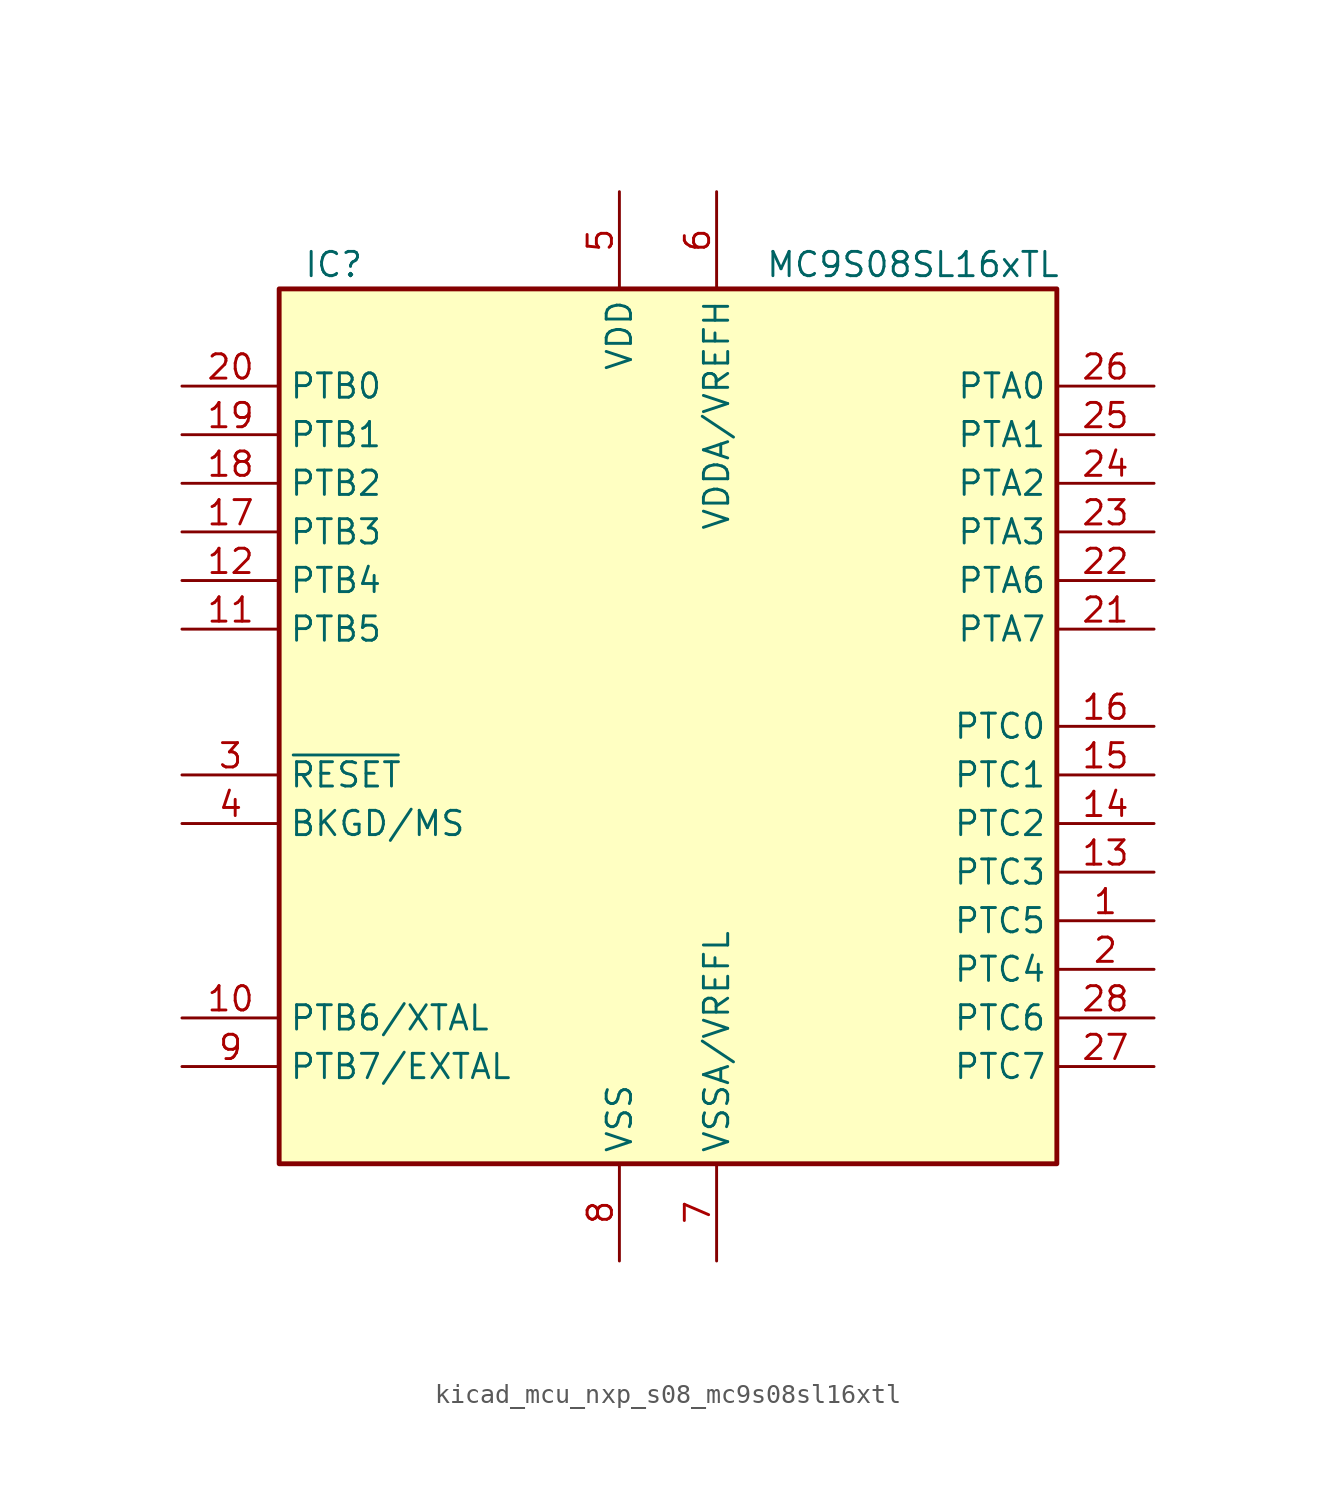
<source format=kicad_sym>
(kicad_symbol_lib
  (version 20220914)
  (generator kicad_symbol_editor)
  (symbol "kicad_mcu_nxp_s08_mc9s08sl16xtl"
    (property "Reference" "IC"
      (at -19.05 24.13 0)
      (effects (font (size 1.27 1.27)) (justify left)))
    (property "Value" "MC9S08SL16xTL"
      (at 5.08 24.13 0)
      (effects (font (size 1.27 1.27)) (justify left)))
    (symbol "kicad_mcu_nxp_s08_mc9s08sl16xtl_0_1"
      (rectangle (start -20.32 22.86) (end 20.32 -22.86) (stroke (width 0.254) (type default)) (fill (type background))))
    (symbol "kicad_mcu_nxp_s08_mc9s08sl16xtl_1_1"
      (pin bidirectional line (at 25.4 -10.16 180) (length 5.08) (name "PTC5" (effects (font (size 1.27 1.27)))) (number "1" (effects (font (size 1.27 1.27)))))
      (pin bidirectional line (at -25.4 -15.24 0) (length 5.08) (name "PTB6/XTAL" (effects (font (size 1.27 1.27)))) (number "10" (effects (font (size 1.27 1.27)))))
      (pin bidirectional line (at -25.4 5.08 0) (length 5.08) (name "PTB5" (effects (font (size 1.27 1.27)))) (number "11" (effects (font (size 1.27 1.27)))))
      (pin bidirectional line (at -25.4 7.62 0) (length 5.08) (name "PTB4" (effects (font (size 1.27 1.27)))) (number "12" (effects (font (size 1.27 1.27)))))
      (pin bidirectional line (at 25.4 -7.62 180) (length 5.08) (name "PTC3" (effects (font (size 1.27 1.27)))) (number "13" (effects (font (size 1.27 1.27)))))
      (pin bidirectional line (at 25.4 -5.08 180) (length 5.08) (name "PTC2" (effects (font (size 1.27 1.27)))) (number "14" (effects (font (size 1.27 1.27)))))
      (pin bidirectional line (at 25.4 -2.54 180) (length 5.08) (name "PTC1" (effects (font (size 1.27 1.27)))) (number "15" (effects (font (size 1.27 1.27)))))
      (pin bidirectional line (at 25.4 0 180) (length 5.08) (name "PTC0" (effects (font (size 1.27 1.27)))) (number "16" (effects (font (size 1.27 1.27)))))
      (pin bidirectional line (at -25.4 10.16 0) (length 5.08) (name "PTB3" (effects (font (size 1.27 1.27)))) (number "17" (effects (font (size 1.27 1.27)))))
      (pin bidirectional line (at -25.4 12.7 0) (length 5.08) (name "PTB2" (effects (font (size 1.27 1.27)))) (number "18" (effects (font (size 1.27 1.27)))))
      (pin bidirectional line (at -25.4 15.24 0) (length 5.08) (name "PTB1" (effects (font (size 1.27 1.27)))) (number "19" (effects (font (size 1.27 1.27)))))
      (pin bidirectional line (at 25.4 -12.7 180) (length 5.08) (name "PTC4" (effects (font (size 1.27 1.27)))) (number "2" (effects (font (size 1.27 1.27)))))
      (pin bidirectional line (at -25.4 17.78 0) (length 5.08) (name "PTB0" (effects (font (size 1.27 1.27)))) (number "20" (effects (font (size 1.27 1.27)))))
      (pin bidirectional line (at 25.4 5.08 180) (length 5.08) (name "PTA7" (effects (font (size 1.27 1.27)))) (number "21" (effects (font (size 1.27 1.27)))))
      (pin bidirectional line (at 25.4 7.62 180) (length 5.08) (name "PTA6" (effects (font (size 1.27 1.27)))) (number "22" (effects (font (size 1.27 1.27)))))
      (pin bidirectional line (at 25.4 10.16 180) (length 5.08) (name "PTA3" (effects (font (size 1.27 1.27)))) (number "23" (effects (font (size 1.27 1.27)))))
      (pin bidirectional line (at 25.4 12.7 180) (length 5.08) (name "PTA2" (effects (font (size 1.27 1.27)))) (number "24" (effects (font (size 1.27 1.27)))))
      (pin bidirectional line (at 25.4 15.24 180) (length 5.08) (name "PTA1" (effects (font (size 1.27 1.27)))) (number "25" (effects (font (size 1.27 1.27)))))
      (pin bidirectional line (at 25.4 17.78 180) (length 5.08) (name "PTA0" (effects (font (size 1.27 1.27)))) (number "26" (effects (font (size 1.27 1.27)))))
      (pin bidirectional line (at 25.4 -17.78 180) (length 5.08) (name "PTC7" (effects (font (size 1.27 1.27)))) (number "27" (effects (font (size 1.27 1.27)))))
      (pin bidirectional line (at 25.4 -15.24 180) (length 5.08) (name "PTC6" (effects (font (size 1.27 1.27)))) (number "28" (effects (font (size 1.27 1.27)))))
      (pin input line (at -25.4 -2.54 0) (length 5.08) (name "~{RESET}" (effects (font (size 1.27 1.27)))) (number "3" (effects (font (size 1.27 1.27)))))
      (pin bidirectional line (at -25.4 -5.08 0) (length 5.08) (name "BKGD/MS" (effects (font (size 1.27 1.27)))) (number "4" (effects (font (size 1.27 1.27)))))
      (pin power_in line (at -2.54 27.94 270) (length 5.08) (name "VDD" (effects (font (size 1.27 1.27)))) (number "5" (effects (font (size 1.27 1.27)))))
      (pin power_in line (at 2.54 27.94 270) (length 5.08) (name "VDDA/VREFH" (effects (font (size 1.27 1.27)))) (number "6" (effects (font (size 1.27 1.27)))))
      (pin power_in line (at 2.54 -27.94 90) (length 5.08) (name "VSSA/VREFL" (effects (font (size 1.27 1.27)))) (number "7" (effects (font (size 1.27 1.27)))))
      (pin power_in line (at -2.54 -27.94 90) (length 5.08) (name "VSS" (effects (font (size 1.27 1.27)))) (number "8" (effects (font (size 1.27 1.27)))))
      (pin bidirectional line (at -25.4 -17.78 0) (length 5.08) (name "PTB7/EXTAL" (effects (font (size 1.27 1.27)))) (number "9" (effects (font (size 1.27 1.27))))))))
</source>
